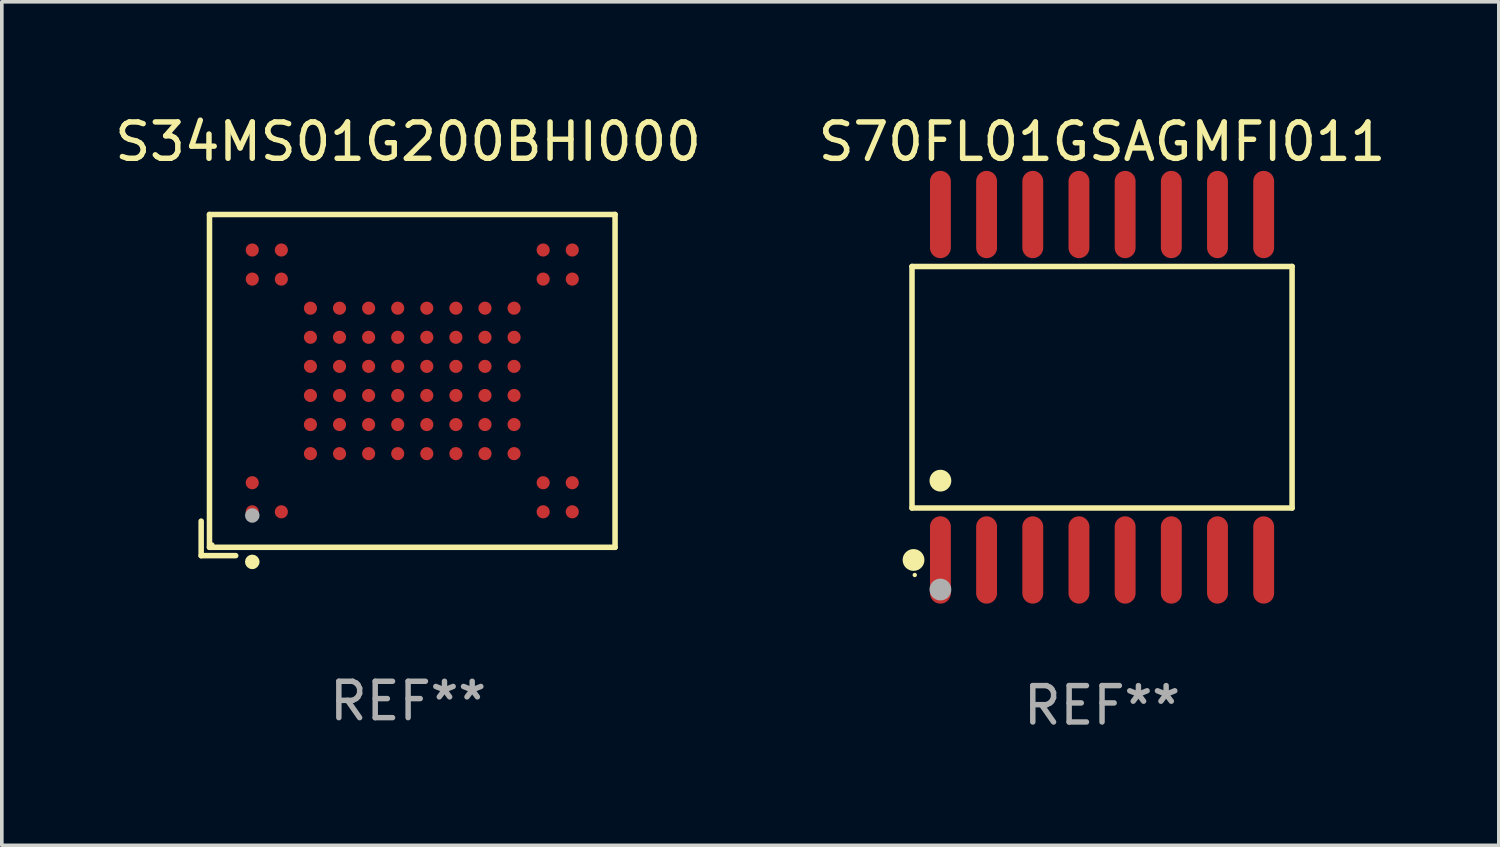
<source format=kicad_pcb>
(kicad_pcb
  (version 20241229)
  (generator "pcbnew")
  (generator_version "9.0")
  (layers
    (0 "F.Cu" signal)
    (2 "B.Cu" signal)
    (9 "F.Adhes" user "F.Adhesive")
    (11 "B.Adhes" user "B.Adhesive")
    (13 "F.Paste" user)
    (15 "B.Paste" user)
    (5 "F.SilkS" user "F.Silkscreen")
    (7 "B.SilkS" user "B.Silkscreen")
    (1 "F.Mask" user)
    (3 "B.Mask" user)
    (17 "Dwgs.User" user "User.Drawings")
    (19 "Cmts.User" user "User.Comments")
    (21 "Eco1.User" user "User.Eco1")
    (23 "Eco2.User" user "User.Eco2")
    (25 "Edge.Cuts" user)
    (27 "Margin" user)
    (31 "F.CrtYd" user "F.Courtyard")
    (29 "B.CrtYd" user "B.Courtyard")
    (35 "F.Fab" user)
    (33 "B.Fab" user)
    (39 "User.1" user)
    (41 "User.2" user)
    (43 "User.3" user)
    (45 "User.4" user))
  (footprint "S70FL01GSAGMFI011"
    (layer "F.Cu")
    (at 27.256 7.599)
    (property "Reference" "S70FL01GSAGMFI011" (at 0 -6.75 0) (layer "F.SilkS") (effects (font (size 1 1) (thickness 0.15))))
    (attr through_hole)
    (fp_line (start -5.226 -3.321) (end 5.226 -3.321) (stroke (width 0.152) (type solid)) (layer "F.SilkS"))
    (fp_line (start -5.226 3.321) (end -5.226 -3.321) (stroke (width 0.152) (type solid)) (layer "F.SilkS"))
    (fp_line (start 5.226 -3.321) (end 5.226 3.321) (stroke (width 0.152) (type solid)) (layer "F.SilkS"))
    (fp_line (start 5.226 3.321) (end -5.226 3.321) (stroke (width 0.152) (type solid)) (layer "F.SilkS"))
    (fp_circle (center -5.184 4.75) (end -5.034 4.75) (stroke (width 0.3) (type solid)) (fill no) (layer "F.SilkS"))
    (fp_circle (center -5.15 5.163) (end -5.12 5.163) (stroke (width 0.06) (type solid)) (fill no) (layer "F.SilkS"))
    (fp_circle (center -4.445 2.569) (end -4.295 2.569) (stroke (width 0.3) (type solid)) (fill no) (layer "F.SilkS"))
    (fp_circle (center -4.445 5.563) (end -4.295 5.563) (stroke (width 0.3) (type solid)) (fill no) (layer "F.Fab"))
    (fp_text user "REF**" (at 0 8.75 0) (layer "F.Fab") (effects (font (size 1 1) (thickness 0.15))))
    (pad "1" smd oval (at -4.445 4.75) (size 0.574 2.401) (layers "F.Cu" "F.Mask" "F.Paste"))
    (pad "2" smd oval (at -3.175 4.75) (size 0.574 2.401) (layers "F.Cu" "F.Mask" "F.Paste"))
    (pad "3" smd oval (at -1.905 4.75) (size 0.574 2.401) (layers "F.Cu" "F.Mask" "F.Paste"))
    (pad "4" smd oval (at -0.635 4.75) (size 0.574 2.401) (layers "F.Cu" "F.Mask" "F.Paste"))
    (pad "5" smd oval (at 0.635 4.75) (size 0.574 2.401) (layers "F.Cu" "F.Mask" "F.Paste"))
    (pad "6" smd oval (at 1.905 4.75) (size 0.574 2.401) (layers "F.Cu" "F.Mask" "F.Paste"))
    (pad "7" smd oval (at 3.175 4.75) (size 0.574 2.401) (layers "F.Cu" "F.Mask" "F.Paste"))
    (pad "8" smd oval (at 4.445 4.75) (size 0.574 2.401) (layers "F.Cu" "F.Mask" "F.Paste"))
    (pad "9" smd oval (at 4.445 -4.75) (size 0.574 2.401) (layers "F.Cu" "F.Mask" "F.Paste"))
    (pad "10" smd oval (at 3.175 -4.75) (size 0.574 2.401) (layers "F.Cu" "F.Mask" "F.Paste"))
    (pad "11" smd oval (at 1.905 -4.75) (size 0.574 2.401) (layers "F.Cu" "F.Mask" "F.Paste"))
    (pad "12" smd oval (at 0.635 -4.75) (size 0.574 2.401) (layers "F.Cu" "F.Mask" "F.Paste"))
    (pad "13" smd oval (at -0.635 -4.75) (size 0.574 2.401) (layers "F.Cu" "F.Mask" "F.Paste"))
    (pad "14" smd oval (at -1.905 -4.75) (size 0.574 2.401) (layers "F.Cu" "F.Mask" "F.Paste"))
    (pad "15" smd oval (at -3.175 -4.75) (size 0.574 2.401) (layers "F.Cu" "F.Mask" "F.Paste"))
    (pad "16" smd oval (at -4.445 -4.75) (size 0.574 2.401) (layers "F.Cu" "F.Mask" "F.Paste")))
  (footprint "S34MS01G200BHI000"
    (layer "F.Cu")
    (at 8.173 7.539)
    (property "Reference" "S34MS01G200BHI000" (at 0 -6.691 0) (layer "F.SilkS") (effects (font (size 1 1) (thickness 0.15))))
    (attr through_hole)
    (fp_line (start -5.691 3.742) (end -5.691 4.691) (stroke (width 0.152) (type solid)) (layer "F.SilkS"))
    (fp_line (start -5.691 4.691) (end -4.742 4.691) (stroke (width 0.152) (type solid)) (layer "F.SilkS"))
    (fp_line (start -5.462 -4.691) (end 5.691 -4.691) (stroke (width 0.152) (type solid)) (layer "F.SilkS"))
    (fp_line (start -5.462 4.462) (end -5.462 -4.691) (stroke (width 0.152) (type solid)) (layer "F.SilkS"))
    (fp_line (start 5.691 -4.691) (end 5.691 4.462) (stroke (width 0.152) (type solid)) (layer "F.SilkS"))
    (fp_line (start 5.691 4.462) (end -5.462 4.462) (stroke (width 0.152) (type solid)) (layer "F.SilkS"))
    (fp_circle (center -5.386 4.386) (end -5.356 4.386) (stroke (width 0.06) (type solid)) (fill no) (layer "F.SilkS"))
    (fp_circle (center -4.286 4.862) (end -4.186 4.862) (stroke (width 0.2) (type solid)) (fill no) (layer "F.SilkS"))
    (fp_circle (center -4.286 3.586) (end -4.186 3.586) (stroke (width 0.2) (type solid)) (fill no) (layer "F.Fab"))
    (fp_text user "REF**" (at 0 8.691 0) (layer "F.Fab") (effects (font (size 1 1) (thickness 0.15))))
    (pad "A1" smd circle (at -4.286 3.486) (size 0.36 0.36) (layers "F.Cu" "F.Mask" "F.Paste"))
    (pad "A2" smd circle (at -4.286 2.686) (size 0.36 0.36) (layers "F.Cu" "F.Mask" "F.Paste"))
    (pad "A9" smd circle (at -4.286 -2.914) (size 0.36 0.36) (layers "F.Cu" "F.Mask" "F.Paste"))
    (pad "A10" smd circle (at -4.286 -3.714) (size 0.36 0.36) (layers "F.Cu" "F.Mask" "F.Paste"))
    (pad "B1" smd circle (at -3.486 3.486) (size 0.36 0.36) (layers "F.Cu" "F.Mask" "F.Paste"))
    (pad "B9" smd circle (at -3.486 -2.914) (size 0.36 0.36) (layers "F.Cu" "F.Mask" "F.Paste"))
    (pad "B10" smd circle (at -3.486 -3.714) (size 0.36 0.36) (layers "F.Cu" "F.Mask" "F.Paste"))
    (pad "C3" smd circle (at -2.686 1.886) (size 0.36 0.36) (layers "F.Cu" "F.Mask" "F.Paste"))
    (pad "C4" smd circle (at -2.686 1.086) (size 0.36 0.36) (layers "F.Cu" "F.Mask" "F.Paste"))
    (pad "C5" smd circle (at -2.686 0.286) (size 0.36 0.36) (layers "F.Cu" "F.Mask" "F.Paste"))
    (pad "C6" smd circle (at -2.686 -0.514) (size 0.36 0.36) (layers "F.Cu" "F.Mask" "F.Paste"))
    (pad "C7" smd circle (at -2.686 -1.314) (size 0.36 0.36) (layers "F.Cu" "F.Mask" "F.Paste"))
    (pad "C8" smd circle (at -2.686 -2.114) (size 0.36 0.36) (layers "F.Cu" "F.Mask" "F.Paste"))
    (pad "D3" smd circle (at -1.886 1.886) (size 0.36 0.36) (layers "F.Cu" "F.Mask" "F.Paste"))
    (pad "D4" smd circle (at -1.886 1.086) (size 0.36 0.36) (layers "F.Cu" "F.Mask" "F.Paste"))
    (pad "D5" smd circle (at -1.886 0.286) (size 0.36 0.36) (layers "F.Cu" "F.Mask" "F.Paste"))
    (pad "D6" smd circle (at -1.886 -0.514) (size 0.36 0.36) (layers "F.Cu" "F.Mask" "F.Paste"))
    (pad "D7" smd circle (at -1.886 -1.314) (size 0.36 0.36) (layers "F.Cu" "F.Mask" "F.Paste"))
    (pad "D8" smd circle (at -1.886 -2.114) (size 0.36 0.36) (layers "F.Cu" "F.Mask" "F.Paste"))
    (pad "E3" smd circle (at -1.086 1.886) (size 0.36 0.36) (layers "F.Cu" "F.Mask" "F.Paste"))
    (pad "E4" smd circle (at -1.086 1.086) (size 0.36 0.36) (layers "F.Cu" "F.Mask" "F.Paste"))
    (pad "E5" smd circle (at -1.086 0.286) (size 0.36 0.36) (layers "F.Cu" "F.Mask" "F.Paste"))
    (pad "E6" smd circle (at -1.086 -0.514) (size 0.36 0.36) (layers "F.Cu" "F.Mask" "F.Paste"))
    (pad "E7" smd circle (at -1.086 -1.314) (size 0.36 0.36) (layers "F.Cu" "F.Mask" "F.Paste"))
    (pad "E8" smd circle (at -1.086 -2.114) (size 0.36 0.36) (layers "F.Cu" "F.Mask" "F.Paste"))
    (pad "F3" smd circle (at -0.286 1.886) (size 0.36 0.36) (layers "F.Cu" "F.Mask" "F.Paste"))
    (pad "F4" smd circle (at -0.286 1.086) (size 0.36 0.36) (layers "F.Cu" "F.Mask" "F.Paste"))
    (pad "F5" smd circle (at -0.286 0.286) (size 0.36 0.36) (layers "F.Cu" "F.Mask" "F.Paste"))
    (pad "F6" smd circle (at -0.286 -0.514) (size 0.36 0.36) (layers "F.Cu" "F.Mask" "F.Paste"))
    (pad "F7" smd circle (at -0.286 -1.314) (size 0.36 0.36) (layers "F.Cu" "F.Mask" "F.Paste"))
    (pad "F8" smd circle (at -0.286 -2.114) (size 0.36 0.36) (layers "F.Cu" "F.Mask" "F.Paste"))
    (pad "G3" smd circle (at 0.514 1.886) (size 0.36 0.36) (layers "F.Cu" "F.Mask" "F.Paste"))
    (pad "G4" smd circle (at 0.514 1.086) (size 0.36 0.36) (layers "F.Cu" "F.Mask" "F.Paste"))
    (pad "G5" smd circle (at 0.514 0.286) (size 0.36 0.36) (layers "F.Cu" "F.Mask" "F.Paste"))
    (pad "G6" smd circle (at 0.514 -0.514) (size 0.36 0.36) (layers "F.Cu" "F.Mask" "F.Paste"))
    (pad "G7" smd circle (at 0.514 -1.314) (size 0.36 0.36) (layers "F.Cu" "F.Mask" "F.Paste"))
    (pad "G8" smd circle (at 0.514 -2.114) (size 0.36 0.36) (layers "F.Cu" "F.Mask" "F.Paste"))
    (pad "H3" smd circle (at 1.314 1.886) (size 0.36 0.36) (layers "F.Cu" "F.Mask" "F.Paste"))
    (pad "H4" smd circle (at 1.314 1.086) (size 0.36 0.36) (layers "F.Cu" "F.Mask" "F.Paste"))
    (pad "H5" smd circle (at 1.314 0.286) (size 0.36 0.36) (layers "F.Cu" "F.Mask" "F.Paste"))
    (pad "H6" smd circle (at 1.314 -0.514) (size 0.36 0.36) (layers "F.Cu" "F.Mask" "F.Paste"))
    (pad "H7" smd circle (at 1.314 -1.314) (size 0.36 0.36) (layers "F.Cu" "F.Mask" "F.Paste"))
    (pad "H8" smd circle (at 1.314 -2.114) (size 0.36 0.36) (layers "F.Cu" "F.Mask" "F.Paste"))
    (pad "J3" smd circle (at 2.114 1.886) (size 0.36 0.36) (layers "F.Cu" "F.Mask" "F.Paste"))
    (pad "J4" smd circle (at 2.114 1.086) (size 0.36 0.36) (layers "F.Cu" "F.Mask" "F.Paste"))
    (pad "J5" smd circle (at 2.114 0.286) (size 0.36 0.36) (layers "F.Cu" "F.Mask" "F.Paste"))
    (pad "J6" smd circle (at 2.114 -0.514) (size 0.36 0.36) (layers "F.Cu" "F.Mask" "F.Paste"))
    (pad "J7" smd circle (at 2.114 -1.314) (size 0.36 0.36) (layers "F.Cu" "F.Mask" "F.Paste"))
    (pad "J8" smd circle (at 2.114 -2.114) (size 0.36 0.36) (layers "F.Cu" "F.Mask" "F.Paste"))
    (pad "K3" smd circle (at 2.914 1.886) (size 0.36 0.36) (layers "F.Cu" "F.Mask" "F.Paste"))
    (pad "K4" smd circle (at 2.914 1.086) (size 0.36 0.36) (layers "F.Cu" "F.Mask" "F.Paste"))
    (pad "K5" smd circle (at 2.914 0.286) (size 0.36 0.36) (layers "F.Cu" "F.Mask" "F.Paste"))
    (pad "K6" smd circle (at 2.914 -0.514) (size 0.36 0.36) (layers "F.Cu" "F.Mask" "F.Paste"))
    (pad "K7" smd circle (at 2.914 -1.314) (size 0.36 0.36) (layers "F.Cu" "F.Mask" "F.Paste"))
    (pad "K8" smd circle (at 2.914 -2.114) (size 0.36 0.36) (layers "F.Cu" "F.Mask" "F.Paste"))
    (pad "L1" smd circle (at 3.714 3.486) (size 0.36 0.36) (layers "F.Cu" "F.Mask" "F.Paste"))
    (pad "L2" smd circle (at 3.714 2.686) (size 0.36 0.36) (layers "F.Cu" "F.Mask" "F.Paste"))
    (pad "L9" smd circle (at 3.714 -2.914) (size 0.36 0.36) (layers "F.Cu" "F.Mask" "F.Paste"))
    (pad "L10" smd circle (at 3.714 -3.714) (size 0.36 0.36) (layers "F.Cu" "F.Mask" "F.Paste"))
    (pad "M1" smd circle (at 4.514 3.486) (size 0.36 0.36) (layers "F.Cu" "F.Mask" "F.Paste"))
    (pad "M2" smd circle (at 4.514 2.686) (size 0.36 0.36) (layers "F.Cu" "F.Mask" "F.Paste"))
    (pad "M9" smd circle (at 4.514 -2.914) (size 0.36 0.36) (layers "F.Cu" "F.Mask" "F.Paste"))
    (pad "M10" smd circle (at 4.514 -3.714) (size 0.36 0.36) (layers "F.Cu" "F.Mask" "F.Paste")))
  (gr_rect
    (start -3 -3)
    (end 38.167 20.197)
    (stroke (width 0.1) (type default))
    (fill no)
    (layer "Edge.Cuts")))
</source>
